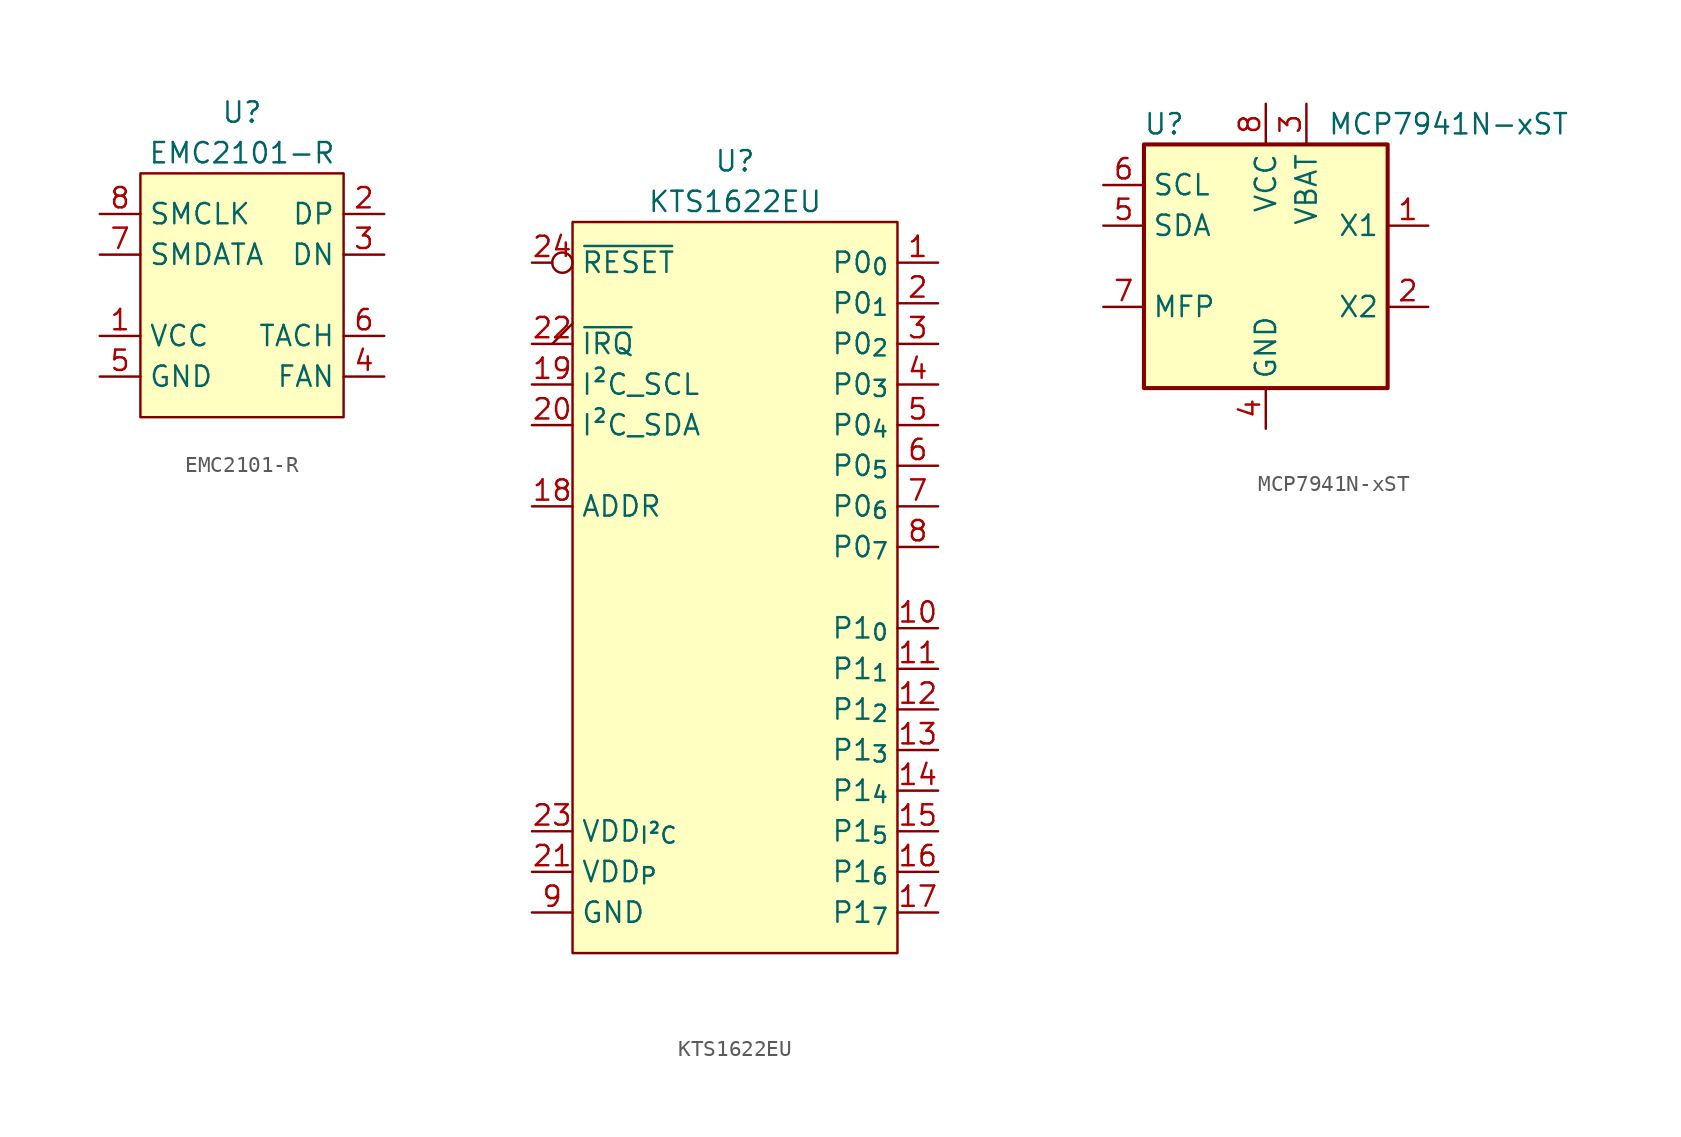
<source format=kicad_sym>
(kicad_symbol_lib
  (version 20220914)
  (generator kicad_symbol_editor)
  (symbol "EMC2101-R"
    (property "Reference" "U"
      (at 0 3.81 0)
      (effects (font (size 1.27 1.27))))
    (property "Value" "EMC2101-R"
      (at 0 1.27 0)
      (effects (font (size 1.27 1.27))))
    (symbol "EMC2101-R_0_1"
      (rectangle (start -6.35 0) (end 6.35 -15.24) (stroke (width 0) (type default)) (fill (type background))))
    (symbol "EMC2101-R_1_1"
      (pin power_in line (at -8.89 -10.16 0) (length 2.54) (name "VCC" (effects (font (size 1.27 1.27)))) (number "1" (effects (font (size 1.27 1.27)))))
      (pin output line (at 8.89 -2.54 180) (length 2.54) (name "DP" (effects (font (size 1.27 1.27)))) (number "2" (effects (font (size 1.27 1.27)))))
      (pin input line (at 8.89 -5.08 180) (length 2.54) (name "DN" (effects (font (size 1.27 1.27)))) (number "3" (effects (font (size 1.27 1.27)))))
      (pin output line (at 8.89 -12.7 180) (length 2.54) (name "FAN" (effects (font (size 1.27 1.27)))) (number "4" (effects (font (size 1.27 1.27)))))
      (pin power_in line (at -8.89 -12.7 0) (length 2.54) (name "GND" (effects (font (size 1.27 1.27)))) (number "5" (effects (font (size 1.27 1.27)))))
      (pin input line (at 8.89 -10.16 180) (length 2.54) (name "TACH" (effects (font (size 1.27 1.27)))) (number "6" (effects (font (size 1.27 1.27)))))
      (pin bidirectional line (at -8.89 -5.08 0) (length 2.54) (name "SMDATA" (effects (font (size 1.27 1.27)))) (number "7" (effects (font (size 1.27 1.27)))))
      (pin bidirectional line (at -8.89 -2.54 0) (length 2.54) (name "SMCLK" (effects (font (size 1.27 1.27)))) (number "8" (effects (font (size 1.27 1.27)))))))
  (symbol "KTS1622EU"
    (property "Reference" "U"
      (at 0 3.81 0)
      (effects (font (size 1.27 1.27))))
    (property "Value" "KTS1622EU"
      (at 0 1.27 0)
      (effects (font (size 1.27 1.27))))
    (symbol "KTS1622EU_0_1"
      (rectangle (start -10.16 0) (end 10.16 -45.72) (stroke (width 0) (type default)) (fill (type background))))
    (symbol "KTS1622EU_1_1"
      (pin passive line (at 12.7 -2.54 180) (length 2.54) (name "P0_{0}" (effects (font (size 1.27 1.27)))) (number "1" (effects (font (size 1.27 1.27)))))
      (pin passive line (at 12.7 -25.4 180) (length 2.54) (name "P1_{0}" (effects (font (size 1.27 1.27)))) (number "10" (effects (font (size 1.27 1.27)))))
      (pin passive line (at 12.7 -27.94 180) (length 2.54) (name "P1_{1}" (effects (font (size 1.27 1.27)))) (number "11" (effects (font (size 1.27 1.27)))))
      (pin passive line (at 12.7 -30.48 180) (length 2.54) (name "P1_{2}" (effects (font (size 1.27 1.27)))) (number "12" (effects (font (size 1.27 1.27)))))
      (pin passive line (at 12.7 -33.02 180) (length 2.54) (name "P1_{3}" (effects (font (size 1.27 1.27)))) (number "13" (effects (font (size 1.27 1.27)))))
      (pin passive line (at 12.7 -35.56 180) (length 2.54) (name "P1_{4}" (effects (font (size 1.27 1.27)))) (number "14" (effects (font (size 1.27 1.27)))))
      (pin passive line (at 12.7 -38.1 180) (length 2.54) (name "P1_{5}" (effects (font (size 1.27 1.27)))) (number "15" (effects (font (size 1.27 1.27)))))
      (pin passive line (at 12.7 -40.64 180) (length 2.54) (name "P1_{6}" (effects (font (size 1.27 1.27)))) (number "16" (effects (font (size 1.27 1.27)))))
      (pin passive line (at 12.7 -43.18 180) (length 2.54) (name "P1_{7}" (effects (font (size 1.27 1.27)))) (number "17" (effects (font (size 1.27 1.27)))))
      (pin passive line (at -12.7 -17.78 0) (length 2.54) (name "ADDR" (effects (font (size 1.27 1.27)))) (number "18" (effects (font (size 1.27 1.27)))))
      (pin input line (at -12.7 -10.16 0) (length 2.54) (name "I²C_SCL" (effects (font (size 1.27 1.27)))) (number "19" (effects (font (size 1.27 1.27)))))
      (pin passive line (at 12.7 -5.08 180) (length 2.54) (name "P0_{1}" (effects (font (size 1.27 1.27)))) (number "2" (effects (font (size 1.27 1.27)))))
      (pin bidirectional line (at -12.7 -12.7 0) (length 2.54) (name "I²C_SDA" (effects (font (size 1.27 1.27)))) (number "20" (effects (font (size 1.27 1.27)))))
      (pin power_in line (at -12.7 -40.64 0) (length 2.54) (name "VDD_{P}" (effects (font (size 1.27 1.27)))) (number "21" (effects (font (size 1.27 1.27)))))
      (pin open_collector output_low (at -12.7 -7.62 0) (length 2.54) (name "~{IRQ}" (effects (font (size 1.27 1.27)))) (number "22" (effects (font (size 1.27 1.27)))))
      (pin power_in line (at -12.7 -38.1 0) (length 2.54) (name "VDD_{I²C}" (effects (font (size 1.27 1.27)))) (number "23" (effects (font (size 1.27 1.27)))))
      (pin input inverted (at -12.7 -2.54 0) (length 2.54) (name "~{RESET}" (effects (font (size 1.27 1.27)))) (number "24" (effects (font (size 1.27 1.27)))))
      (pin power_in line (at -12.7 -43.18 0) (length 2.54) hide (name "GND" (effects (font (size 1.27 1.27)))) (number "25" (effects (font (size 1.27 1.27)))))
      (pin passive line (at 12.7 -7.62 180) (length 2.54) (name "P0_{2}" (effects (font (size 1.27 1.27)))) (number "3" (effects (font (size 1.27 1.27)))))
      (pin passive line (at 12.7 -10.16 180) (length 2.54) (name "P0_{3}" (effects (font (size 1.27 1.27)))) (number "4" (effects (font (size 1.27 1.27)))))
      (pin passive line (at 12.7 -12.7 180) (length 2.54) (name "P0_{4}" (effects (font (size 1.27 1.27)))) (number "5" (effects (font (size 1.27 1.27)))))
      (pin passive line (at 12.7 -15.24 180) (length 2.54) (name "P0_{5}" (effects (font (size 1.27 1.27)))) (number "6" (effects (font (size 1.27 1.27)))))
      (pin passive line (at 12.7 -17.78 180) (length 2.54) (name "P0_{6}" (effects (font (size 1.27 1.27)))) (number "7" (effects (font (size 1.27 1.27)))))
      (pin passive line (at 12.7 -20.32 180) (length 2.54) (name "P0_{7}" (effects (font (size 1.27 1.27)))) (number "8" (effects (font (size 1.27 1.27)))))
      (pin power_in line (at -12.7 -43.18 0) (length 2.54) (name "GND" (effects (font (size 1.27 1.27)))) (number "9" (effects (font (size 1.27 1.27)))))))
  (symbol "MCP7941N-xST"
    (property "Reference" "U"
      (at -6.35 8.89 0)
      (effects (font (size 1.27 1.27))))
    (property "Value" "MCP7941N-xST"
      (at 11.43 8.89 0)
      (effects (font (size 1.27 1.27))))
    (symbol "MCP7941N-xST_0_1"
      (rectangle (start -7.62 7.62) (end 7.62 -7.62) (stroke (width 0.254) (type default)) (fill (type background))))
    (symbol "MCP7941N-xST_1_1"
      (pin input line (at 10.16 2.54 180) (length 2.54) (name "X1" (effects (font (size 1.27 1.27)))) (number "1" (effects (font (size 1.27 1.27)))))
      (pin output line (at 10.16 -2.54 180) (length 2.54) (name "X2" (effects (font (size 1.27 1.27)))) (number "2" (effects (font (size 1.27 1.27)))))
      (pin power_in line (at 2.54 10.16 270) (length 2.54) (name "VBAT" (effects (font (size 1.27 1.27)))) (number "3" (effects (font (size 1.27 1.27)))))
      (pin power_in line (at 0 -10.16 90) (length 2.54) (name "GND" (effects (font (size 1.27 1.27)))) (number "4" (effects (font (size 1.27 1.27)))))
      (pin bidirectional line (at -10.16 2.54 0) (length 2.54) (name "SDA" (effects (font (size 1.27 1.27)))) (number "5" (effects (font (size 1.27 1.27)))))
      (pin input line (at -10.16 5.08 0) (length 2.54) (name "SCL" (effects (font (size 1.27 1.27)))) (number "6" (effects (font (size 1.27 1.27)))))
      (pin open_collector line (at -10.16 -2.54 0) (length 2.54) (name "MFP" (effects (font (size 1.27 1.27)))) (number "7" (effects (font (size 1.27 1.27)))))
      (pin power_in line (at 0 10.16 270) (length 2.54) (name "VCC" (effects (font (size 1.27 1.27)))) (number "8" (effects (font (size 1.27 1.27))))))))
</source>
